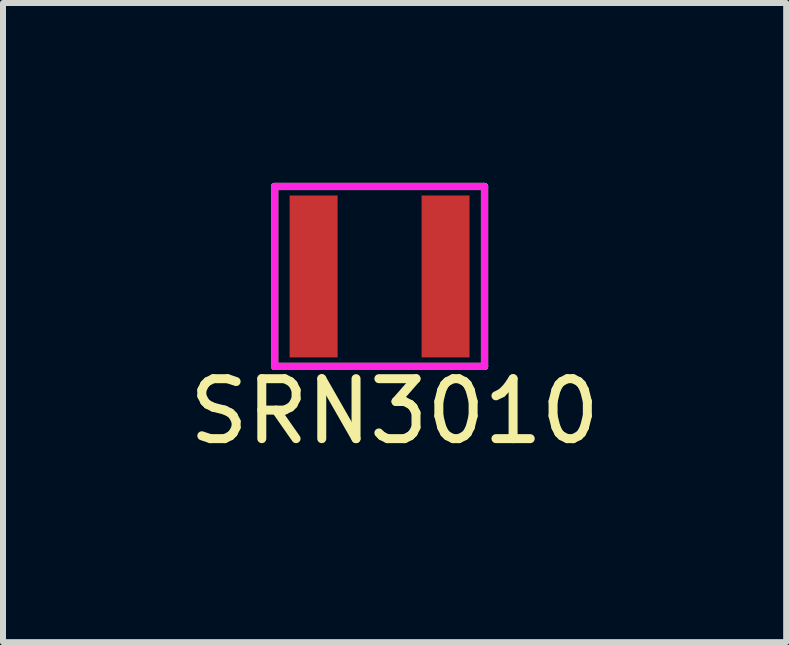
<source format=kicad_pcb>
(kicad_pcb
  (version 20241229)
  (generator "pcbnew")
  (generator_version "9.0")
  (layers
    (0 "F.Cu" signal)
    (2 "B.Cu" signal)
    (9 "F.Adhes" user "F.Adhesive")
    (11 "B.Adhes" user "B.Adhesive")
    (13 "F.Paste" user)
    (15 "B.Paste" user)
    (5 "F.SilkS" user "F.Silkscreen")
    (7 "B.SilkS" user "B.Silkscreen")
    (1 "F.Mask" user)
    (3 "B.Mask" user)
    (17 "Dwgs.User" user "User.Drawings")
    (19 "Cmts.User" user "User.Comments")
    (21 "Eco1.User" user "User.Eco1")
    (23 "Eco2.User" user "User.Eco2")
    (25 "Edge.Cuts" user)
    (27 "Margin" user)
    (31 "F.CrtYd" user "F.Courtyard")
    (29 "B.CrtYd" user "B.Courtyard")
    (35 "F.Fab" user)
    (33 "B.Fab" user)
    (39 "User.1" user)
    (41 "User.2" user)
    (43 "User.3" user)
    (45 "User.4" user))
  (footprint "SRN3010"
    (layer "F.Cu")
    (at 3.28 1.56)
    (property "Reference" "SRN3010" (at 0.25 2.25 0) (layer "F.SilkS") (effects (font (size 1 1) (thickness 0.15))))
    (attr through_hole)
    (fp_line (start -1.75 -1.5) (end -1.75 1.5) (stroke (width 0.12) (type solid)) (layer "F.SilkS"))
    (fp_line (start -1.75 1.5) (end 1.75 1.5) (stroke (width 0.12) (type solid)) (layer "F.SilkS"))
    (fp_line (start 1.75 -1.5) (end -1.75 -1.5) (stroke (width 0.12) (type solid)) (layer "F.SilkS"))
    (fp_line (start 1.75 1.5) (end 1.75 -1.5) (stroke (width 0.12) (type solid)) (layer "F.SilkS"))
    (fp_line (start -1.75 -1.5) (end -1.75 1.5) (stroke (width 0.12) (type solid)) (layer "F.CrtYd"))
    (fp_line (start -1.75 1.5) (end 1.75 1.5) (stroke (width 0.12) (type solid)) (layer "F.CrtYd"))
    (fp_line (start 1.75 -1.5) (end -1.75 -1.5) (stroke (width 0.12) (type solid)) (layer "F.CrtYd"))
    (fp_line (start 1.75 1.5) (end 1.75 -1.5) (stroke (width 0.12) (type solid)) (layer "F.CrtYd"))
    (pad "1" smd rect (at -1.1 0) (size 0.8 2.7) (layers "F.Cu" "F.Mask" "F.Paste"))
    (pad "2" smd rect (at 1.1 0) (size 0.8 2.7) (layers "F.Cu" "F.Mask" "F.Paste")))
  (gr_rect
    (start -3 -3)
    (end 10.06 7.658)
    (stroke (width 0.1) (type default))
    (fill no)
    (layer "Edge.Cuts")))
</source>
